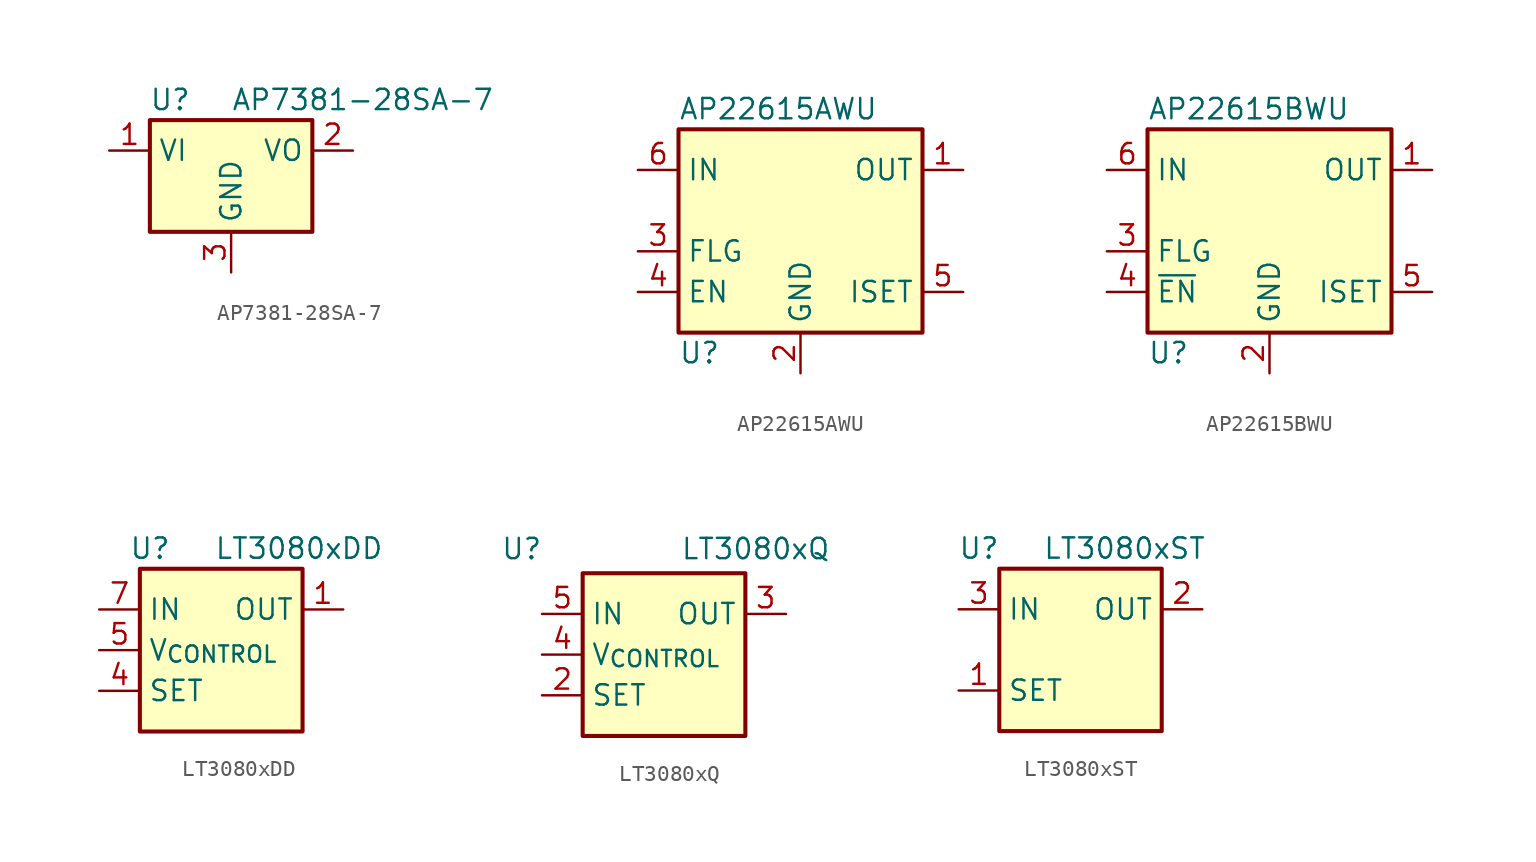
<source format=kicad_sym>
(kicad_symbol_lib
  (version 20231120)
  (generator "kicad_symbol_editor")
  (generator_version "8.0")
  (symbol "AP7381-28SA-7"
    (property "Reference" "U"
      (at -3.81 3.175 0)
      (effects (font (size 1.27 1.27))))
    (property "Value" "AP7381-28SA-7"
      (at 0 3.175 0)
      (effects (font (size 1.27 1.27)) (justify left)))
    (symbol "AP7381-28SA-7_0_1"
      (rectangle (start -5.08 1.905) (end 5.08 -5.08) (stroke (width 0.254) (type default)) (fill (type background))))
    (symbol "AP7381-28SA-7_1_1"
      (pin power_in line (at -7.62 0 0) (length 2.54) (name "VI" (effects (font (size 1.27 1.27)))) (number "1" (effects (font (size 1.27 1.27)))))
      (pin power_out line (at 7.62 0 180) (length 2.54) (name "VO" (effects (font (size 1.27 1.27)))) (number "2" (effects (font (size 1.27 1.27)))))
      (pin power_in line (at 0 -7.62 90) (length 2.54) (name "GND" (effects (font (size 1.27 1.27)))) (number "3" (effects (font (size 1.27 1.27)))))))
  (symbol "AP22615AWU"
    (property "Reference" "U"
      (at -7.62 -8.89 0)
      (effects (font (size 1.27 1.27)) (justify left)))
    (property "Value" "AP22615AWU"
      (at -7.62 6.35 0)
      (effects (font (size 1.27 1.27)) (justify left)))
    (symbol "AP22615AWU_0_1"
      (rectangle (start -7.62 5.08) (end 7.62 -7.62) (stroke (width 0.254) (type default)) (fill (type background))))
    (symbol "AP22615AWU_1_0"
      (pin power_out line (at 10.16 2.54 180) (length 2.54) (name "OUT" (effects (font (size 1.27 1.27)))) (number "1" (effects (font (size 1.27 1.27)))))
      (pin power_in line (at 0 -10.16 90) (length 2.54) (name "GND" (effects (font (size 1.27 1.27)))) (number "2" (effects (font (size 1.27 1.27)))))
      (pin open_collector line (at -10.16 -2.54 0) (length 2.54) (name "FLG" (effects (font (size 1.27 1.27)))) (number "3" (effects (font (size 1.27 1.27)))))
      (pin input line (at -10.16 -5.08 0) (length 2.54) (name "EN" (effects (font (size 1.27 1.27)))) (number "4" (effects (font (size 1.27 1.27)))))
      (pin passive line (at 10.16 -5.08 180) (length 2.54) (name "ISET" (effects (font (size 1.27 1.27)))) (number "5" (effects (font (size 1.27 1.27)))))
      (pin power_in line (at -10.16 2.54 0) (length 2.54) (name "IN" (effects (font (size 1.27 1.27)))) (number "6" (effects (font (size 1.27 1.27)))))))
  (symbol "AP22615BWU"
    (property "Reference" "U"
      (at -7.62 -8.89 0)
      (effects (font (size 1.27 1.27)) (justify left)))
    (property "Value" "AP22615BWU"
      (at -7.62 6.35 0)
      (effects (font (size 1.27 1.27)) (justify left)))
    (symbol "AP22615BWU_0_1"
      (rectangle (start -7.62 5.08) (end 7.62 -7.62) (stroke (width 0.254) (type default)) (fill (type background))))
    (symbol "AP22615BWU_1_0"
      (pin power_out line (at 10.16 2.54 180) (length 2.54) (name "OUT" (effects (font (size 1.27 1.27)))) (number "1" (effects (font (size 1.27 1.27)))))
      (pin power_in line (at 0 -10.16 90) (length 2.54) (name "GND" (effects (font (size 1.27 1.27)))) (number "2" (effects (font (size 1.27 1.27)))))
      (pin open_collector line (at -10.16 -2.54 0) (length 2.54) (name "FLG" (effects (font (size 1.27 1.27)))) (number "3" (effects (font (size 1.27 1.27)))))
      (pin input line (at -10.16 -5.08 0) (length 2.54) (name "~{EN}" (effects (font (size 1.27 1.27)))) (number "4" (effects (font (size 1.27 1.27)))))
      (pin passive line (at 10.16 -5.08 180) (length 2.54) (name "ISET" (effects (font (size 1.27 1.27)))) (number "5" (effects (font (size 1.27 1.27)))))
      (pin power_in line (at -10.16 2.54 0) (length 2.54) (name "IN" (effects (font (size 1.27 1.27)))) (number "6" (effects (font (size 1.27 1.27)))))))
  (symbol "LT3080xDD"
    (property "Reference" "U"
      (at -4.445 6.35 0)
      (effects (font (size 1.27 1.27))))
    (property "Value" "LT3080xDD"
      (at 10.16 6.35 0)
      (effects (font (size 1.27 1.27)) (justify right)))
    (symbol "LT3080xDD_0_1"
      (rectangle (start -5.08 5.08) (end 5.08 -5.08) (stroke (width 0.254) (type default)) (fill (type background))))
    (symbol "LT3080xDD_1_1"
      (pin power_out line (at 7.62 2.54 180) (length 2.54) (name "OUT" (effects (font (size 1.27 1.27)))) (number "1" (effects (font (size 1.27 1.27)))))
      (pin passive line (at 7.62 2.54 180) (length 2.54) hide (name "OUT" (effects (font (size 1.27 1.27)))) (number "2" (effects (font (size 1.27 1.27)))))
      (pin passive line (at 7.62 2.54 180) (length 2.54) hide (name "OUT" (effects (font (size 1.27 1.27)))) (number "3" (effects (font (size 1.27 1.27)))))
      (pin input line (at -7.62 -2.54 0) (length 2.54) (name "SET" (effects (font (size 1.27 1.27)))) (number "4" (effects (font (size 1.27 1.27)))))
      (pin input line (at -7.62 0 0) (length 2.54) (name "V_{CONTROL}" (effects (font (size 1.27 1.27)))) (number "5" (effects (font (size 1.27 1.27)))))
      (pin no_connect line (at 5.08 -2.54 180) (length 2.54) hide (name "NC" (effects (font (size 1.27 1.27)))) (number "6" (effects (font (size 1.27 1.27)))))
      (pin power_in line (at -7.62 2.54 0) (length 2.54) (name "IN" (effects (font (size 1.27 1.27)))) (number "7" (effects (font (size 1.27 1.27)))))
      (pin passive line (at -7.62 2.54 0) (length 2.54) hide (name "IN" (effects (font (size 1.27 1.27)))) (number "8" (effects (font (size 1.27 1.27)))))
      (pin passive line (at 7.62 2.54 180) (length 2.54) hide (name "OUT" (effects (font (size 1.27 1.27)))) (number "9" (effects (font (size 1.27 1.27)))))))
  (symbol "LT3080xQ"
    (property "Reference" "U"
      (at -8.89 6.604 0)
      (effects (font (size 1.27 1.27))))
    (property "Value" "LT3080xQ"
      (at 10.414 6.604 0)
      (effects (font (size 1.27 1.27)) (justify right)))
    (symbol "LT3080xQ_0_1"
      (rectangle (start -5.08 5.08) (end 5.08 -5.08) (stroke (width 0.254) (type default)) (fill (type background))))
    (symbol "LT3080xQ_1_1"
      (pin no_connect line (at 5.08 -2.54 180) (length 2.54) hide (name "NC" (effects (font (size 1.27 1.27)))) (number "1" (effects (font (size 1.27 1.27)))))
      (pin input line (at -7.62 -2.54 0) (length 2.54) (name "SET" (effects (font (size 1.27 1.27)))) (number "2" (effects (font (size 1.27 1.27)))))
      (pin power_out line (at 7.62 2.54 180) (length 2.54) (name "OUT" (effects (font (size 1.27 1.27)))) (number "3" (effects (font (size 1.27 1.27)))))
      (pin input line (at -7.62 0 0) (length 2.54) (name "V_{CONTROL}" (effects (font (size 1.27 1.27)))) (number "4" (effects (font (size 1.27 1.27)))))
      (pin power_in line (at -7.62 2.54 0) (length 2.54) (name "IN" (effects (font (size 1.27 1.27)))) (number "5" (effects (font (size 1.27 1.27)))))
      (pin passive line (at 7.62 2.54 180) (length 2.54) hide (name "OUT" (effects (font (size 1.27 1.27)))) (number "6" (effects (font (size 1.27 1.27)))))))
  (symbol "LT3080xST"
    (property "Reference" "U"
      (at -6.35 6.35 0)
      (effects (font (size 1.27 1.27))))
    (property "Value" "LT3080xST"
      (at 7.874 6.35 0)
      (effects (font (size 1.27 1.27)) (justify right)))
    (symbol "LT3080xST_0_1"
      (rectangle (start -5.08 5.08) (end 5.08 -5.08) (stroke (width 0.254) (type default)) (fill (type background))))
    (symbol "LT3080xST_1_1"
      (pin input line (at -7.62 -2.54 0) (length 2.54) (name "SET" (effects (font (size 1.27 1.27)))) (number "1" (effects (font (size 1.27 1.27)))))
      (pin power_out line (at 7.62 2.54 180) (length 2.54) (name "OUT" (effects (font (size 1.27 1.27)))) (number "2" (effects (font (size 1.27 1.27)))))
      (pin power_in line (at -7.62 2.54 0) (length 2.54) (name "IN" (effects (font (size 1.27 1.27)))) (number "3" (effects (font (size 1.27 1.27)))))
      (pin passive line (at 7.62 2.54 180) (length 2.54) hide (name "OUT" (effects (font (size 1.27 1.27)))) (number "4" (effects (font (size 1.27 1.27))))))))
</source>
